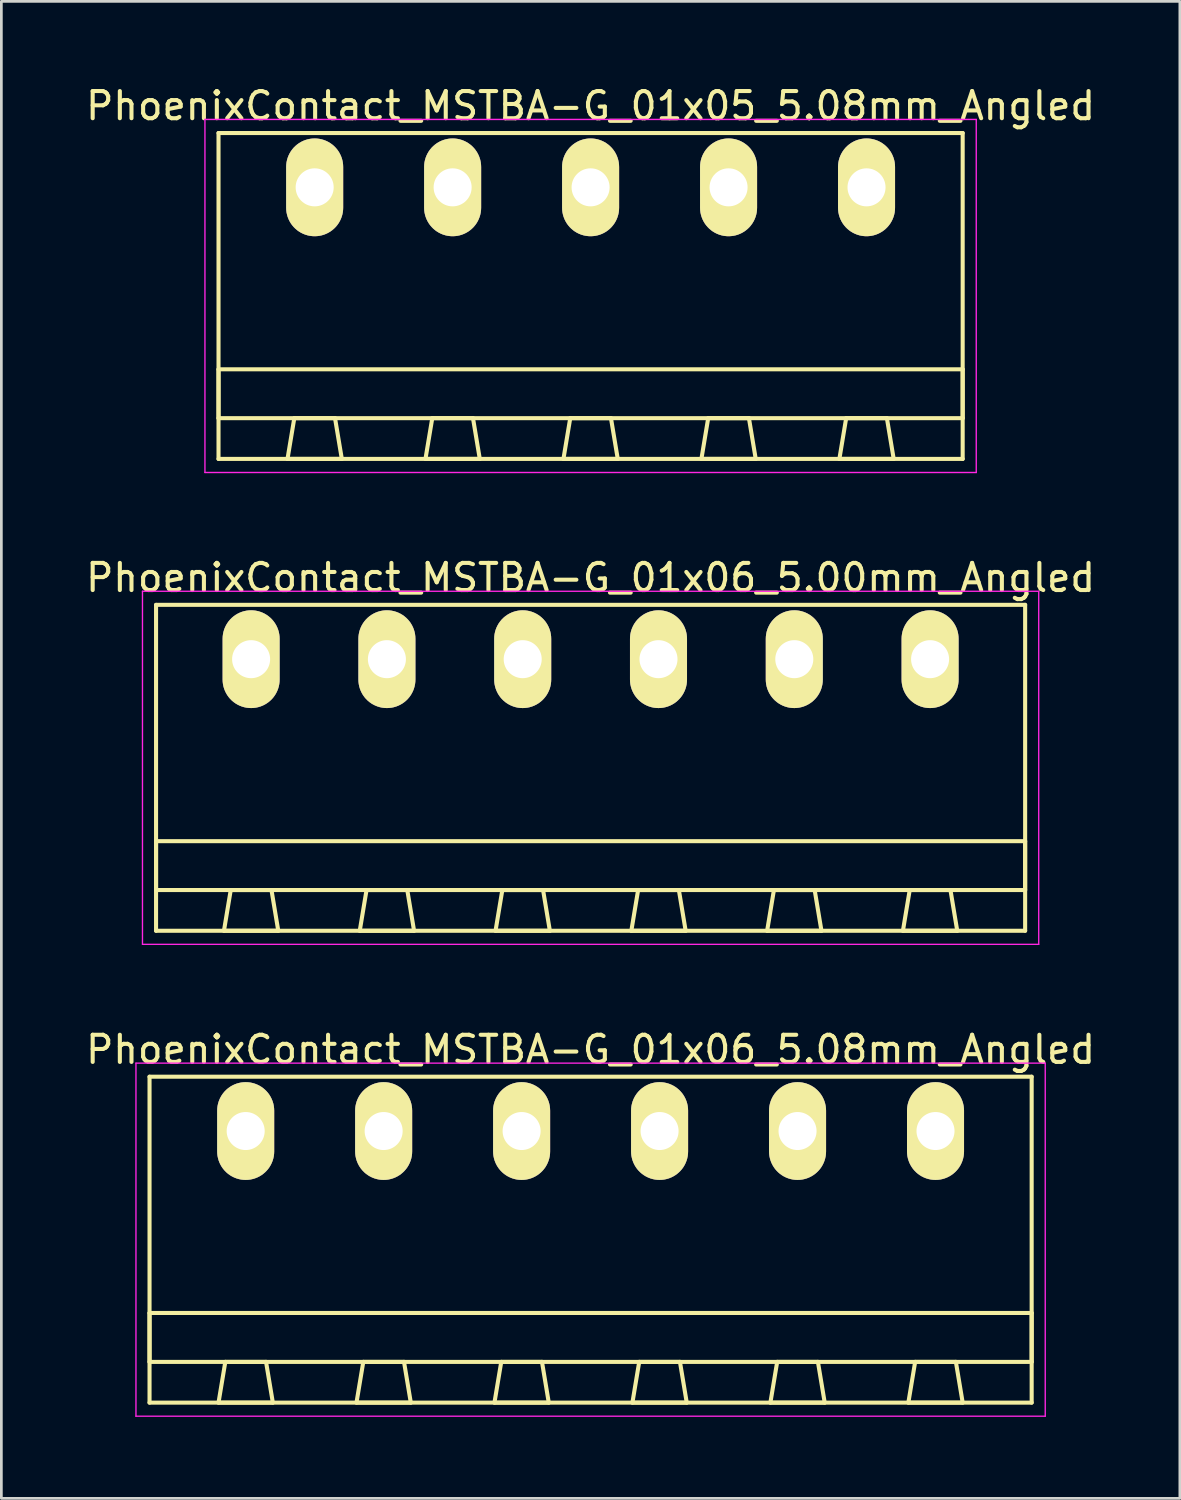
<source format=kicad_pcb>
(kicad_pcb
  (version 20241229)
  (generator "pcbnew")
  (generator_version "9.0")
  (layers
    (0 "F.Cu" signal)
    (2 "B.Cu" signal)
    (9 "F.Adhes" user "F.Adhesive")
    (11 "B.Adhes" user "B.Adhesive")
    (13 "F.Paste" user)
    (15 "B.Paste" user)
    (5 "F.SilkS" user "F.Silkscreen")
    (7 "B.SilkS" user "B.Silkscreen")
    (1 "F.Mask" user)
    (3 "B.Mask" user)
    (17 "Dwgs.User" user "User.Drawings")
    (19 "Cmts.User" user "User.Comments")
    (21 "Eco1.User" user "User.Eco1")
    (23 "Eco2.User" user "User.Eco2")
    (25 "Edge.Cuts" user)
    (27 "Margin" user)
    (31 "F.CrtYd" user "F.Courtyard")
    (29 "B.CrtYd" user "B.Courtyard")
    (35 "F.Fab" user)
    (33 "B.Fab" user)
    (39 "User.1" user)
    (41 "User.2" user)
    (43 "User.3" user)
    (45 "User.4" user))
  (footprint "PhoenixContact_MSTBA-G_01x05_5.08mm_Angled"
    (layer "F.Cu")
    (at 8.536 3.848)
    (property "Reference" "PhoenixContact_MSTBA-G_01x05_5.08mm_Angled" (at 10.16 -3 0) (layer "F.SilkS") (effects (font (size 1 1) (thickness 0.15))))
    (attr through_hole)
    (fp_line (start -3.54 -2) (end -3.54 10) (stroke (width 0.15) (type solid)) (layer "F.SilkS"))
    (fp_line (start -3.54 6.7) (end 23.86 6.7) (stroke (width 0.15) (type solid)) (layer "F.SilkS"))
    (fp_line (start -3.54 8.5) (end -3.54 6.7) (stroke (width 0.15) (type solid)) (layer "F.SilkS"))
    (fp_line (start -3.54 10) (end 23.86 10) (stroke (width 0.15) (type solid)) (layer "F.SilkS"))
    (fp_line (start -1 10) (end 1 10) (stroke (width 0.15) (type solid)) (layer "F.SilkS"))
    (fp_line (start -0.75 8.5) (end -1 10) (stroke (width 0.15) (type solid)) (layer "F.SilkS"))
    (fp_line (start 0.75 8.5) (end -0.75 8.5) (stroke (width 0.15) (type solid)) (layer "F.SilkS"))
    (fp_line (start 1 10) (end 0.75 8.5) (stroke (width 0.15) (type solid)) (layer "F.SilkS"))
    (fp_line (start 4.08 10) (end 6.08 10) (stroke (width 0.15) (type solid)) (layer "F.SilkS"))
    (fp_line (start 4.33 8.5) (end 4.08 10) (stroke (width 0.15) (type solid)) (layer "F.SilkS"))
    (fp_line (start 5.83 8.5) (end 4.33 8.5) (stroke (width 0.15) (type solid)) (layer "F.SilkS"))
    (fp_line (start 6.08 10) (end 5.83 8.5) (stroke (width 0.15) (type solid)) (layer "F.SilkS"))
    (fp_line (start 9.16 10) (end 11.16 10) (stroke (width 0.15) (type solid)) (layer "F.SilkS"))
    (fp_line (start 9.41 8.5) (end 9.16 10) (stroke (width 0.15) (type solid)) (layer "F.SilkS"))
    (fp_line (start 10.91 8.5) (end 9.41 8.5) (stroke (width 0.15) (type solid)) (layer "F.SilkS"))
    (fp_line (start 11.16 10) (end 10.91 8.5) (stroke (width 0.15) (type solid)) (layer "F.SilkS"))
    (fp_line (start 14.24 10) (end 16.24 10) (stroke (width 0.15) (type solid)) (layer "F.SilkS"))
    (fp_line (start 14.49 8.5) (end 14.24 10) (stroke (width 0.15) (type solid)) (layer "F.SilkS"))
    (fp_line (start 15.99 8.5) (end 14.49 8.5) (stroke (width 0.15) (type solid)) (layer "F.SilkS"))
    (fp_line (start 16.24 10) (end 15.99 8.5) (stroke (width 0.15) (type solid)) (layer "F.SilkS"))
    (fp_line (start 19.32 10) (end 21.32 10) (stroke (width 0.15) (type solid)) (layer "F.SilkS"))
    (fp_line (start 19.57 8.5) (end 19.32 10) (stroke (width 0.15) (type solid)) (layer "F.SilkS"))
    (fp_line (start 21.07 8.5) (end 19.57 8.5) (stroke (width 0.15) (type solid)) (layer "F.SilkS"))
    (fp_line (start 21.32 10) (end 21.07 8.5) (stroke (width 0.15) (type solid)) (layer "F.SilkS"))
    (fp_line (start 23.86 -2) (end -3.54 -2) (stroke (width 0.15) (type solid)) (layer "F.SilkS"))
    (fp_line (start 23.86 6.7) (end 23.86 8.5) (stroke (width 0.15) (type solid)) (layer "F.SilkS"))
    (fp_line (start 23.86 8.5) (end -3.54 8.5) (stroke (width 0.15) (type solid)) (layer "F.SilkS"))
    (fp_line (start 23.86 10) (end 23.86 -2) (stroke (width 0.15) (type solid)) (layer "F.SilkS"))
    (fp_line (start -4.04 -2.5) (end -4.04 10.5) (stroke (width 0.05) (type solid)) (layer "F.CrtYd"))
    (fp_line (start -4.04 10.5) (end 24.36 10.5) (stroke (width 0.05) (type solid)) (layer "F.CrtYd"))
    (fp_line (start 24.36 -2.5) (end -4.04 -2.5) (stroke (width 0.05) (type solid)) (layer "F.CrtYd"))
    (fp_line (start 24.36 10.5) (end 24.36 -2.5) (stroke (width 0.05) (type solid)) (layer "F.CrtYd"))
    (pad "1" thru_hole oval (at 0 0) (size 2.1 3.6) (drill 1.4) (layers "*.Cu" "*.Mask" "F.SilkS"))
    (pad "2" thru_hole oval (at 5.08 0) (size 2.1 3.6) (drill 1.4) (layers "*.Cu" "*.Mask" "F.SilkS"))
    (pad "3" thru_hole oval (at 10.16 0) (size 2.1 3.6) (drill 1.4) (layers "*.Cu" "*.Mask" "F.SilkS"))
    (pad "4" thru_hole oval (at 15.24 0) (size 2.1 3.6) (drill 1.4) (layers "*.Cu" "*.Mask" "F.SilkS"))
    (pad "5" thru_hole oval (at 20.32 0) (size 2.1 3.6) (drill 1.4) (layers "*.Cu" "*.Mask" "F.SilkS")))
  (footprint "PhoenixContact_MSTBA-G_01x06_5.08mm_Angled"
    (layer "F.Cu")
    (at 5.996 38.595)
    (property "Reference" "PhoenixContact_MSTBA-G_01x06_5.08mm_Angled" (at 12.7 -3 0) (layer "F.SilkS") (effects (font (size 1 1) (thickness 0.15))))
    (attr through_hole)
    (fp_line (start -3.54 -2) (end -3.54 10) (stroke (width 0.15) (type solid)) (layer "F.SilkS"))
    (fp_line (start -3.54 6.7) (end 28.94 6.7) (stroke (width 0.15) (type solid)) (layer "F.SilkS"))
    (fp_line (start -3.54 8.5) (end -3.54 6.7) (stroke (width 0.15) (type solid)) (layer "F.SilkS"))
    (fp_line (start -3.54 10) (end 28.94 10) (stroke (width 0.15) (type solid)) (layer "F.SilkS"))
    (fp_line (start -1 10) (end 1 10) (stroke (width 0.15) (type solid)) (layer "F.SilkS"))
    (fp_line (start -0.75 8.5) (end -1 10) (stroke (width 0.15) (type solid)) (layer "F.SilkS"))
    (fp_line (start 0.75 8.5) (end -0.75 8.5) (stroke (width 0.15) (type solid)) (layer "F.SilkS"))
    (fp_line (start 1 10) (end 0.75 8.5) (stroke (width 0.15) (type solid)) (layer "F.SilkS"))
    (fp_line (start 4.08 10) (end 6.08 10) (stroke (width 0.15) (type solid)) (layer "F.SilkS"))
    (fp_line (start 4.33 8.5) (end 4.08 10) (stroke (width 0.15) (type solid)) (layer "F.SilkS"))
    (fp_line (start 5.83 8.5) (end 4.33 8.5) (stroke (width 0.15) (type solid)) (layer "F.SilkS"))
    (fp_line (start 6.08 10) (end 5.83 8.5) (stroke (width 0.15) (type solid)) (layer "F.SilkS"))
    (fp_line (start 9.16 10) (end 11.16 10) (stroke (width 0.15) (type solid)) (layer "F.SilkS"))
    (fp_line (start 9.41 8.5) (end 9.16 10) (stroke (width 0.15) (type solid)) (layer "F.SilkS"))
    (fp_line (start 10.91 8.5) (end 9.41 8.5) (stroke (width 0.15) (type solid)) (layer "F.SilkS"))
    (fp_line (start 11.16 10) (end 10.91 8.5) (stroke (width 0.15) (type solid)) (layer "F.SilkS"))
    (fp_line (start 14.24 10) (end 16.24 10) (stroke (width 0.15) (type solid)) (layer "F.SilkS"))
    (fp_line (start 14.49 8.5) (end 14.24 10) (stroke (width 0.15) (type solid)) (layer "F.SilkS"))
    (fp_line (start 15.99 8.5) (end 14.49 8.5) (stroke (width 0.15) (type solid)) (layer "F.SilkS"))
    (fp_line (start 16.24 10) (end 15.99 8.5) (stroke (width 0.15) (type solid)) (layer "F.SilkS"))
    (fp_line (start 19.32 10) (end 21.32 10) (stroke (width 0.15) (type solid)) (layer "F.SilkS"))
    (fp_line (start 19.57 8.5) (end 19.32 10) (stroke (width 0.15) (type solid)) (layer "F.SilkS"))
    (fp_line (start 21.07 8.5) (end 19.57 8.5) (stroke (width 0.15) (type solid)) (layer "F.SilkS"))
    (fp_line (start 21.32 10) (end 21.07 8.5) (stroke (width 0.15) (type solid)) (layer "F.SilkS"))
    (fp_line (start 24.4 10) (end 26.4 10) (stroke (width 0.15) (type solid)) (layer "F.SilkS"))
    (fp_line (start 24.65 8.5) (end 24.4 10) (stroke (width 0.15) (type solid)) (layer "F.SilkS"))
    (fp_line (start 26.15 8.5) (end 24.65 8.5) (stroke (width 0.15) (type solid)) (layer "F.SilkS"))
    (fp_line (start 26.4 10) (end 26.15 8.5) (stroke (width 0.15) (type solid)) (layer "F.SilkS"))
    (fp_line (start 28.94 -2) (end -3.54 -2) (stroke (width 0.15) (type solid)) (layer "F.SilkS"))
    (fp_line (start 28.94 6.7) (end 28.94 8.5) (stroke (width 0.15) (type solid)) (layer "F.SilkS"))
    (fp_line (start 28.94 8.5) (end -3.54 8.5) (stroke (width 0.15) (type solid)) (layer "F.SilkS"))
    (fp_line (start 28.94 10) (end 28.94 -2) (stroke (width 0.15) (type solid)) (layer "F.SilkS"))
    (fp_line (start -4.04 -2.5) (end -4.04 10.5) (stroke (width 0.05) (type solid)) (layer "F.CrtYd"))
    (fp_line (start -4.04 10.5) (end 29.44 10.5) (stroke (width 0.05) (type solid)) (layer "F.CrtYd"))
    (fp_line (start 29.44 -2.5) (end -4.04 -2.5) (stroke (width 0.05) (type solid)) (layer "F.CrtYd"))
    (fp_line (start 29.44 10.5) (end 29.44 -2.5) (stroke (width 0.05) (type solid)) (layer "F.CrtYd"))
    (pad "1" thru_hole oval (at 0 0) (size 2.1 3.6) (drill 1.4) (layers "*.Cu" "*.Mask" "F.SilkS"))
    (pad "2" thru_hole oval (at 5.08 0) (size 2.1 3.6) (drill 1.4) (layers "*.Cu" "*.Mask" "F.SilkS"))
    (pad "3" thru_hole oval (at 10.16 0) (size 2.1 3.6) (drill 1.4) (layers "*.Cu" "*.Mask" "F.SilkS"))
    (pad "4" thru_hole oval (at 15.24 0) (size 2.1 3.6) (drill 1.4) (layers "*.Cu" "*.Mask" "F.SilkS"))
    (pad "5" thru_hole oval (at 20.32 0) (size 2.1 3.6) (drill 1.4) (layers "*.Cu" "*.Mask" "F.SilkS"))
    (pad "6" thru_hole oval (at 25.4 0) (size 2.1 3.6) (drill 1.4) (layers "*.Cu" "*.Mask" "F.SilkS")))
  (footprint "PhoenixContact_MSTBA-G_01x06_5.00mm_Angled"
    (layer "F.Cu")
    (at 6.196 21.221)
    (property "Reference" "PhoenixContact_MSTBA-G_01x06_5.00mm_Angled" (at 12.5 -3 0) (layer "F.SilkS") (effects (font (size 1 1) (thickness 0.15))))
    (attr through_hole)
    (fp_line (start -3.5 -2) (end -3.5 10) (stroke (width 0.15) (type solid)) (layer "F.SilkS"))
    (fp_line (start -3.5 6.7) (end 28.5 6.7) (stroke (width 0.15) (type solid)) (layer "F.SilkS"))
    (fp_line (start -3.5 8.5) (end -3.5 6.7) (stroke (width 0.15) (type solid)) (layer "F.SilkS"))
    (fp_line (start -3.5 10) (end 28.5 10) (stroke (width 0.15) (type solid)) (layer "F.SilkS"))
    (fp_line (start -1 10) (end 1 10) (stroke (width 0.15) (type solid)) (layer "F.SilkS"))
    (fp_line (start -0.75 8.5) (end -1 10) (stroke (width 0.15) (type solid)) (layer "F.SilkS"))
    (fp_line (start 0.75 8.5) (end -0.75 8.5) (stroke (width 0.15) (type solid)) (layer "F.SilkS"))
    (fp_line (start 1 10) (end 0.75 8.5) (stroke (width 0.15) (type solid)) (layer "F.SilkS"))
    (fp_line (start 4 10) (end 6 10) (stroke (width 0.15) (type solid)) (layer "F.SilkS"))
    (fp_line (start 4.25 8.5) (end 4 10) (stroke (width 0.15) (type solid)) (layer "F.SilkS"))
    (fp_line (start 5.75 8.5) (end 4.25 8.5) (stroke (width 0.15) (type solid)) (layer "F.SilkS"))
    (fp_line (start 6 10) (end 5.75 8.5) (stroke (width 0.15) (type solid)) (layer "F.SilkS"))
    (fp_line (start 9 10) (end 11 10) (stroke (width 0.15) (type solid)) (layer "F.SilkS"))
    (fp_line (start 9.25 8.5) (end 9 10) (stroke (width 0.15) (type solid)) (layer "F.SilkS"))
    (fp_line (start 10.75 8.5) (end 9.25 8.5) (stroke (width 0.15) (type solid)) (layer "F.SilkS"))
    (fp_line (start 11 10) (end 10.75 8.5) (stroke (width 0.15) (type solid)) (layer "F.SilkS"))
    (fp_line (start 14 10) (end 16 10) (stroke (width 0.15) (type solid)) (layer "F.SilkS"))
    (fp_line (start 14.25 8.5) (end 14 10) (stroke (width 0.15) (type solid)) (layer "F.SilkS"))
    (fp_line (start 15.75 8.5) (end 14.25 8.5) (stroke (width 0.15) (type solid)) (layer "F.SilkS"))
    (fp_line (start 16 10) (end 15.75 8.5) (stroke (width 0.15) (type solid)) (layer "F.SilkS"))
    (fp_line (start 19 10) (end 21 10) (stroke (width 0.15) (type solid)) (layer "F.SilkS"))
    (fp_line (start 19.25 8.5) (end 19 10) (stroke (width 0.15) (type solid)) (layer "F.SilkS"))
    (fp_line (start 20.75 8.5) (end 19.25 8.5) (stroke (width 0.15) (type solid)) (layer "F.SilkS"))
    (fp_line (start 21 10) (end 20.75 8.5) (stroke (width 0.15) (type solid)) (layer "F.SilkS"))
    (fp_line (start 24 10) (end 26 10) (stroke (width 0.15) (type solid)) (layer "F.SilkS"))
    (fp_line (start 24.25 8.5) (end 24 10) (stroke (width 0.15) (type solid)) (layer "F.SilkS"))
    (fp_line (start 25.75 8.5) (end 24.25 8.5) (stroke (width 0.15) (type solid)) (layer "F.SilkS"))
    (fp_line (start 26 10) (end 25.75 8.5) (stroke (width 0.15) (type solid)) (layer "F.SilkS"))
    (fp_line (start 28.5 -2) (end -3.5 -2) (stroke (width 0.15) (type solid)) (layer "F.SilkS"))
    (fp_line (start 28.5 6.7) (end 28.5 8.5) (stroke (width 0.15) (type solid)) (layer "F.SilkS"))
    (fp_line (start 28.5 8.5) (end -3.5 8.5) (stroke (width 0.15) (type solid)) (layer "F.SilkS"))
    (fp_line (start 28.5 10) (end 28.5 -2) (stroke (width 0.15) (type solid)) (layer "F.SilkS"))
    (fp_line (start -4 -2.5) (end -4 10.5) (stroke (width 0.05) (type solid)) (layer "F.CrtYd"))
    (fp_line (start -4 10.5) (end 29 10.5) (stroke (width 0.05) (type solid)) (layer "F.CrtYd"))
    (fp_line (start 29 -2.5) (end -4 -2.5) (stroke (width 0.05) (type solid)) (layer "F.CrtYd"))
    (fp_line (start 29 10.5) (end 29 -2.5) (stroke (width 0.05) (type solid)) (layer "F.CrtYd"))
    (pad "1" thru_hole oval (at 0 0) (size 2.1 3.6) (drill 1.4) (layers "*.Cu" "*.Mask" "F.SilkS"))
    (pad "2" thru_hole oval (at 5 0) (size 2.1 3.6) (drill 1.4) (layers "*.Cu" "*.Mask" "F.SilkS"))
    (pad "3" thru_hole oval (at 10 0) (size 2.1 3.6) (drill 1.4) (layers "*.Cu" "*.Mask" "F.SilkS"))
    (pad "4" thru_hole oval (at 15 0) (size 2.1 3.6) (drill 1.4) (layers "*.Cu" "*.Mask" "F.SilkS"))
    (pad "5" thru_hole oval (at 20 0) (size 2.1 3.6) (drill 1.4) (layers "*.Cu" "*.Mask" "F.SilkS"))
    (pad "6" thru_hole oval (at 25 0) (size 2.1 3.6) (drill 1.4) (layers "*.Cu" "*.Mask" "F.SilkS")))
  (gr_rect
    (start -3 -3)
    (end 40.393 52.12)
    (stroke (width 0.1) (type default))
    (fill no)
    (layer "Edge.Cuts")))
</source>
